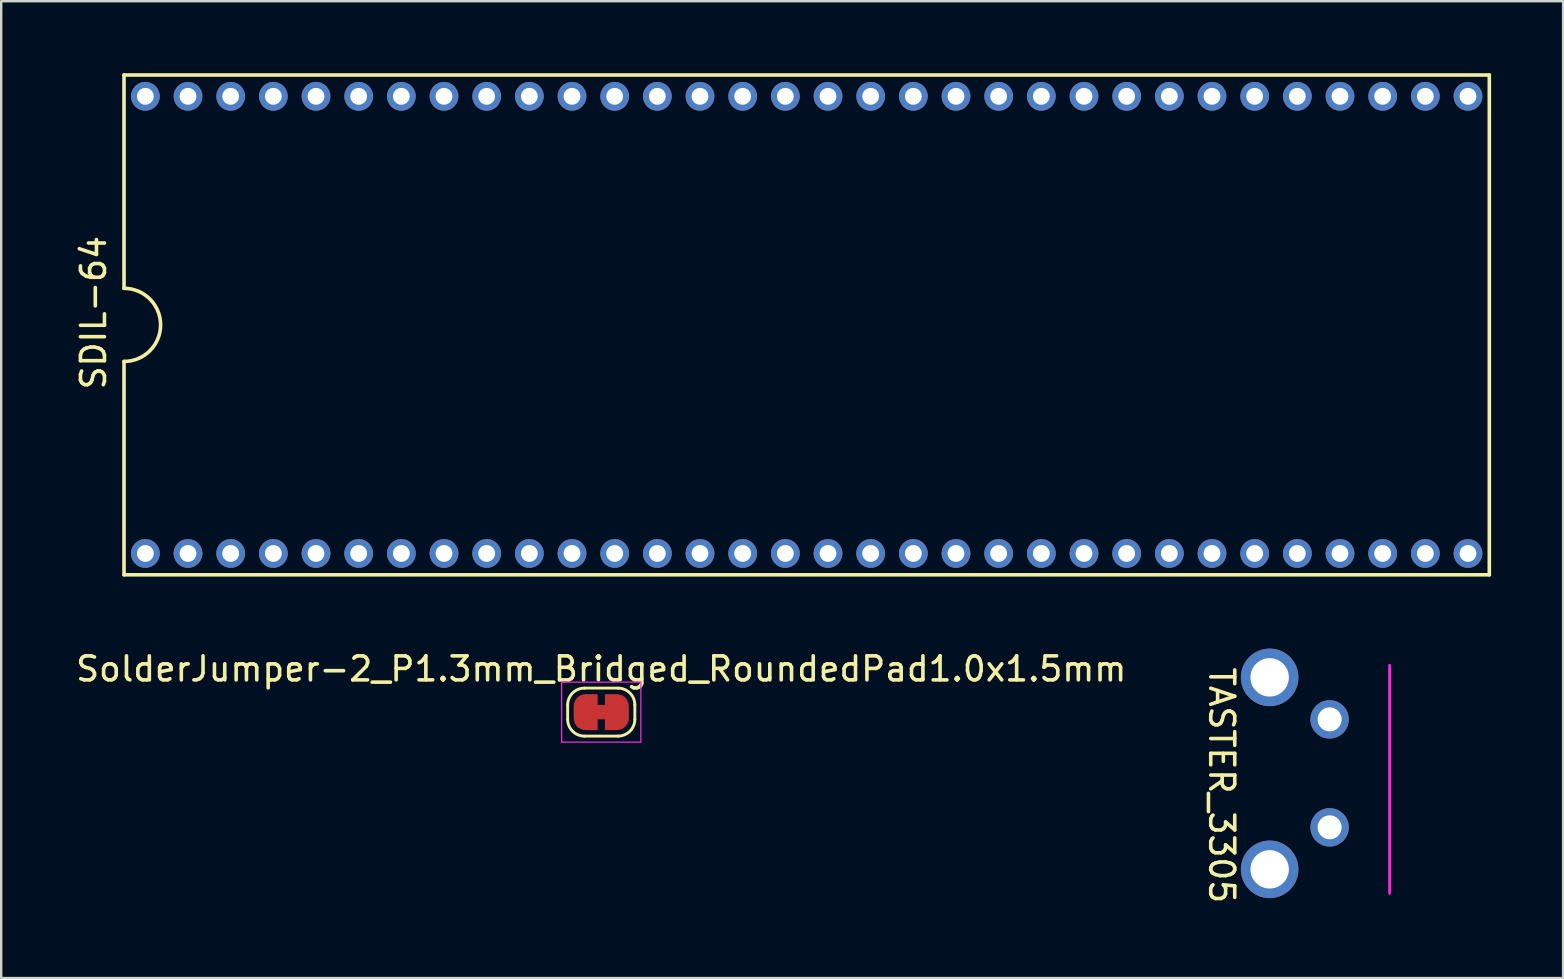
<source format=kicad_pcb>
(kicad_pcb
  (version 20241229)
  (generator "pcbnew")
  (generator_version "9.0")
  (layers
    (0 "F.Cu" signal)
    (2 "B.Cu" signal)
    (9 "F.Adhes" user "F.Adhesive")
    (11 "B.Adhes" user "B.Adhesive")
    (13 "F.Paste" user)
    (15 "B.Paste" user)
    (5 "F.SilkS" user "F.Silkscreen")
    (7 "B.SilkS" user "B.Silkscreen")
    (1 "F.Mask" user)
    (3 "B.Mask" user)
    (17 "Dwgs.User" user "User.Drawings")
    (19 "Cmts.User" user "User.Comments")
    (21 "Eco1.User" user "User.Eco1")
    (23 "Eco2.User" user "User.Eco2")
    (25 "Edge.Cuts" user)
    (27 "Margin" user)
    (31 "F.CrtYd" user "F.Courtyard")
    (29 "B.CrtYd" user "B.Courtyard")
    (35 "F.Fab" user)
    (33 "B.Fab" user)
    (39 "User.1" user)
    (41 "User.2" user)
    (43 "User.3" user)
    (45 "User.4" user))
  (footprint "SDIL-64"
    (layer "F.Cu")
    (at 30.566 10.489)
    (property "Reference" "SDIL-64" (at -29.718 -0.508 90) (layer "F.SilkS") (effects (font (size 1 1) (thickness 0.15))))
    (attr through_hole)
    (fp_line (start -28.448 -10.414) (end -28.448 -1.524) (stroke (width 0.15) (type solid)) (layer "F.SilkS"))
    (fp_line (start -28.448 1.524) (end -28.448 10.414) (stroke (width 0.15) (type solid)) (layer "F.SilkS"))
    (fp_line (start -28.448 10.414) (end 28.448 10.414) (stroke (width 0.15) (type solid)) (layer "F.SilkS"))
    (fp_line (start 28.448 -10.414) (end -28.448 -10.414) (stroke (width 0.15) (type solid)) (layer "F.SilkS"))
    (fp_line (start 28.448 10.414) (end 28.448 -10.414) (stroke (width 0.15) (type solid)) (layer "F.SilkS"))
    (fp_arc (start -28.448 -1.524) (mid -26.924 0) (end -28.448 1.524) (stroke (width 0.15) (type solid)) (layer "F.SilkS"))
    (pad "1" thru_hole circle (at -27.559 9.525) (size 1.2 1.2) (drill 0.7) (layers "*.Cu" "*.Mask"))
    (pad "2" thru_hole circle (at -25.781 9.525) (size 1.2 1.2) (drill 0.7) (layers "*.Cu" "*.Mask"))
    (pad "3" thru_hole circle (at -24.003 9.525) (size 1.2 1.2) (drill 0.7) (layers "*.Cu" "*.Mask"))
    (pad "4" thru_hole circle (at -22.225 9.525) (size 1.2 1.2) (drill 0.7) (layers "*.Cu" "*.Mask"))
    (pad "5" thru_hole circle (at -20.447 9.525) (size 1.2 1.2) (drill 0.7) (layers "*.Cu" "*.Mask"))
    (pad "6" thru_hole circle (at -18.669 9.525) (size 1.2 1.2) (drill 0.7) (layers "*.Cu" "*.Mask"))
    (pad "7" thru_hole circle (at -16.891 9.525) (size 1.2 1.2) (drill 0.7) (layers "*.Cu" "*.Mask"))
    (pad "8" thru_hole circle (at -15.113 9.525) (size 1.2 1.2) (drill 0.7) (layers "*.Cu" "*.Mask"))
    (pad "9" thru_hole circle (at -13.335 9.525) (size 1.2 1.2) (drill 0.7) (layers "*.Cu" "*.Mask"))
    (pad "10" thru_hole circle (at -11.557 9.525) (size 1.2 1.2) (drill 0.7) (layers "*.Cu" "*.Mask"))
    (pad "11" thru_hole circle (at -9.779 9.525) (size 1.2 1.2) (drill 0.7) (layers "*.Cu" "*.Mask"))
    (pad "12" thru_hole circle (at -8.001 9.525) (size 1.2 1.2) (drill 0.7) (layers "*.Cu" "*.Mask"))
    (pad "13" thru_hole circle (at -6.223 9.525) (size 1.2 1.2) (drill 0.7) (layers "*.Cu" "*.Mask"))
    (pad "14" thru_hole circle (at -4.445 9.525) (size 1.2 1.2) (drill 0.7) (layers "*.Cu" "*.Mask"))
    (pad "15" thru_hole circle (at -2.667 9.525) (size 1.2 1.2) (drill 0.7) (layers "*.Cu" "*.Mask"))
    (pad "16" thru_hole circle (at -0.889 9.525) (size 1.2 1.2) (drill 0.7) (layers "*.Cu" "*.Mask"))
    (pad "17" thru_hole circle (at 0.889 9.525) (size 1.2 1.2) (drill 0.7) (layers "*.Cu" "*.Mask"))
    (pad "18" thru_hole circle (at 2.667 9.525) (size 1.2 1.2) (drill 0.7) (layers "*.Cu" "*.Mask"))
    (pad "19" thru_hole circle (at 4.445 9.525) (size 1.2 1.2) (drill 0.7) (layers "*.Cu" "*.Mask"))
    (pad "20" thru_hole circle (at 6.223 9.525) (size 1.2 1.2) (drill 0.7) (layers "*.Cu" "*.Mask"))
    (pad "21" thru_hole circle (at 8.001 9.525) (size 1.2 1.2) (drill 0.7) (layers "*.Cu" "*.Mask"))
    (pad "22" thru_hole circle (at 9.779 9.525) (size 1.2 1.2) (drill 0.7) (layers "*.Cu" "*.Mask"))
    (pad "23" thru_hole circle (at 11.557 9.525) (size 1.2 1.2) (drill 0.7) (layers "*.Cu" "*.Mask"))
    (pad "24" thru_hole circle (at 13.335 9.525) (size 1.2 1.2) (drill 0.7) (layers "*.Cu" "*.Mask"))
    (pad "25" thru_hole circle (at 15.113 9.525) (size 1.2 1.2) (drill 0.7) (layers "*.Cu" "*.Mask"))
    (pad "26" thru_hole circle (at 16.891 9.525) (size 1.2 1.2) (drill 0.7) (layers "*.Cu" "*.Mask"))
    (pad "27" thru_hole circle (at 18.669 9.525) (size 1.2 1.2) (drill 0.7) (layers "*.Cu" "*.Mask"))
    (pad "28" thru_hole circle (at 20.447 9.525) (size 1.2 1.2) (drill 0.7) (layers "*.Cu" "*.Mask"))
    (pad "29" thru_hole circle (at 22.225 9.525) (size 1.2 1.2) (drill 0.7) (layers "*.Cu" "*.Mask"))
    (pad "30" thru_hole circle (at 24.003 9.525) (size 1.2 1.2) (drill 0.7) (layers "*.Cu" "*.Mask"))
    (pad "31" thru_hole circle (at 25.781 9.525) (size 1.2 1.2) (drill 0.7) (layers "*.Cu" "*.Mask"))
    (pad "32" thru_hole circle (at 27.559 9.525) (size 1.2 1.2) (drill 0.7) (layers "*.Cu" "*.Mask"))
    (pad "33" thru_hole circle (at 27.559 -9.525) (size 1.2 1.2) (drill 0.7) (layers "*.Cu" "*.Mask"))
    (pad "34" thru_hole circle (at 25.781 -9.525) (size 1.2 1.2) (drill 0.7) (layers "*.Cu" "*.Mask"))
    (pad "35" thru_hole circle (at 24.003 -9.525) (size 1.2 1.2) (drill 0.7) (layers "*.Cu" "*.Mask"))
    (pad "36" thru_hole circle (at 22.225 -9.525) (size 1.2 1.2) (drill 0.7) (layers "*.Cu" "*.Mask"))
    (pad "37" thru_hole circle (at 20.447 -9.525) (size 1.2 1.2) (drill 0.7) (layers "*.Cu" "*.Mask"))
    (pad "38" thru_hole circle (at 18.669 -9.525) (size 1.2 1.2) (drill 0.7) (layers "*.Cu" "*.Mask"))
    (pad "39" thru_hole circle (at 16.891 -9.525) (size 1.2 1.2) (drill 0.7) (layers "*.Cu" "*.Mask"))
    (pad "40" thru_hole circle (at 15.113 -9.525) (size 1.2 1.2) (drill 0.7) (layers "*.Cu" "*.Mask"))
    (pad "41" thru_hole circle (at 13.335 -9.525) (size 1.2 1.2) (drill 0.7) (layers "*.Cu" "*.Mask"))
    (pad "42" thru_hole circle (at 11.557 -9.525) (size 1.2 1.2) (drill 0.7) (layers "*.Cu" "*.Mask"))
    (pad "43" thru_hole circle (at 9.779 -9.525) (size 1.2 1.2) (drill 0.7) (layers "*.Cu" "*.Mask"))
    (pad "44" thru_hole circle (at 8.001 -9.525) (size 1.2 1.2) (drill 0.7) (layers "*.Cu" "*.Mask"))
    (pad "45" thru_hole circle (at 6.223 -9.525) (size 1.2 1.2) (drill 0.7) (layers "*.Cu" "*.Mask"))
    (pad "46" thru_hole circle (at 4.445 -9.525) (size 1.2 1.2) (drill 0.7) (layers "*.Cu" "*.Mask"))
    (pad "47" thru_hole circle (at 2.667 -9.525) (size 1.2 1.2) (drill 0.7) (layers "*.Cu" "*.Mask"))
    (pad "48" thru_hole circle (at 0.889 -9.525) (size 1.2 1.2) (drill 0.7) (layers "*.Cu" "*.Mask"))
    (pad "49" thru_hole circle (at -0.889 -9.525) (size 1.2 1.2) (drill 0.7) (layers "*.Cu" "*.Mask"))
    (pad "50" thru_hole circle (at -2.667 -9.525) (size 1.2 1.2) (drill 0.7) (layers "*.Cu" "*.Mask"))
    (pad "51" thru_hole circle (at -4.445 -9.525) (size 1.2 1.2) (drill 0.7) (layers "*.Cu" "*.Mask"))
    (pad "52" thru_hole circle (at -6.223 -9.525) (size 1.2 1.2) (drill 0.7) (layers "*.Cu" "*.Mask"))
    (pad "53" thru_hole circle (at -8.001 -9.525) (size 1.2 1.2) (drill 0.7) (layers "*.Cu" "*.Mask"))
    (pad "54" thru_hole circle (at -9.779 -9.525) (size 1.2 1.2) (drill 0.7) (layers "*.Cu" "*.Mask"))
    (pad "55" thru_hole circle (at -11.557 -9.525) (size 1.2 1.2) (drill 0.7) (layers "*.Cu" "*.Mask"))
    (pad "56" thru_hole circle (at -13.335 -9.525) (size 1.2 1.2) (drill 0.7) (layers "*.Cu" "*.Mask"))
    (pad "57" thru_hole circle (at -15.113 -9.525) (size 1.2 1.2) (drill 0.7) (layers "*.Cu" "*.Mask"))
    (pad "58" thru_hole circle (at -16.891 -9.525) (size 1.2 1.2) (drill 0.7) (layers "*.Cu" "*.Mask"))
    (pad "59" thru_hole circle (at -18.669 -9.525) (size 1.2 1.2) (drill 0.7) (layers "*.Cu" "*.Mask"))
    (pad "60" thru_hole circle (at -20.447 -9.525) (size 1.2 1.2) (drill 0.7) (layers "*.Cu" "*.Mask"))
    (pad "61" thru_hole circle (at -22.225 -9.525) (size 1.2 1.2) (drill 0.7) (layers "*.Cu" "*.Mask"))
    (pad "62" thru_hole circle (at -24.003 -9.525) (size 1.2 1.2) (drill 0.7) (layers "*.Cu" "*.Mask"))
    (pad "63" thru_hole circle (at -25.781 -9.525) (size 1.2 1.2) (drill 0.7) (layers "*.Cu" "*.Mask"))
    (pad "64" thru_hole circle (at -27.559 -9.525) (size 1.2 1.2) (drill 0.7) (layers "*.Cu" "*.Mask")))
  (footprint "TASTER_3305"
    (layer "F.Cu")
    (at 49.86 29.178)
    (property "Reference" "TASTER_3305" (at -2 0.5 270) (unlocked yes) (layer "F.SilkS") (effects (font (size 1 1) (thickness 0.15))))
    (attr through_hole)
    (fp_line (start 5 5) (end 5 -4.5) (stroke (width 0.12) (type solid)) (layer "F.CrtYd"))
    (pad "" thru_hole circle (at 0 -4) (size 2.4 2.4) (drill 1.6) (layers "*.Cu" "*.Mask"))
    (pad "" thru_hole circle (at 0 4) (size 2.4 2.4) (drill 1.6) (layers "*.Cu" "*.Mask"))
    (pad "1" thru_hole circle (at 2.499 -2.25) (size 1.6 1.6) (drill 1) (layers "*.Cu" "*.Mask"))
    (pad "2" thru_hole circle (at 2.499 2.25) (size 1.6 1.6) (drill 1) (layers "*.Cu" "*.Mask")))
  (footprint "SolderJumper-2_P1.3mm_Bridged_RoundedPad1.0x1.5mm"
    (layer "F.Cu")
    (at 22.006 26.626)
    (property "Reference" "SolderJumper-2_P1.3mm_Bridged_RoundedPad1.0x1.5mm" (at 0 -1.8 0) (layer "F.SilkS") (effects (font (size 1 1) (thickness 0.15))))
    (attr exclude_from_pos_files exclude_from_bom)
    (fp_poly (pts (xy 0.25 -0.3) (xy -0.25 -0.3) (xy -0.25 0.3) (xy 0.25 0.3)) (stroke (width 0) (type solid)) (fill yes) (layer "F.Cu"))
    (fp_line (start -1.4 0.3) (end -1.4 -0.3) (stroke (width 0.12) (type solid)) (layer "F.SilkS"))
    (fp_line (start -0.7 -1) (end 0.7 -1) (stroke (width 0.12) (type solid)) (layer "F.SilkS"))
    (fp_line (start 0.7 1) (end -0.7 1) (stroke (width 0.12) (type solid)) (layer "F.SilkS"))
    (fp_line (start 1.4 -0.3) (end 1.4 0.3) (stroke (width 0.12) (type solid)) (layer "F.SilkS"))
    (fp_arc (start -1.4 -0.3) (mid -1.194975 -0.794975) (end -0.7 -1) (stroke (width 0.12) (type solid)) (layer "F.SilkS"))
    (fp_arc (start -0.7 1) (mid -1.194975 0.794975) (end -1.4 0.3) (stroke (width 0.12) (type solid)) (layer "F.SilkS"))
    (fp_arc (start 0.7 -1) (mid 1.194975 -0.794975) (end 1.4 -0.3) (stroke (width 0.12) (type solid)) (layer "F.SilkS"))
    (fp_arc (start 1.4 0.3) (mid 1.194975 0.794975) (end 0.7 1) (stroke (width 0.12) (type solid)) (layer "F.SilkS"))
    (fp_line (start -1.65 -1.25) (end -1.65 1.25) (stroke (width 0.05) (type solid)) (layer "F.CrtYd"))
    (fp_line (start -1.65 -1.25) (end 1.65 -1.25) (stroke (width 0.05) (type solid)) (layer "F.CrtYd"))
    (fp_line (start 1.65 1.25) (end -1.65 1.25) (stroke (width 0.05) (type solid)) (layer "F.CrtYd"))
    (fp_line (start 1.65 1.25) (end 1.65 -1.25) (stroke (width 0.05) (type solid)) (layer "F.CrtYd"))
    (pad "1" smd custom (at -0.65 0) (size 1 0.5) (layers "F.Cu" "F.Mask") (options (anchor rect)) (primitives (gr_circle (center 0 0.25) (end 0.5 0.25) (width 0) (fill yes)) (gr_circle (center 0 -0.25) (end 0.5 -0.25) (width 0) (fill yes)) (gr_poly (pts (xy 0 -0.75) (xy 0.5 -0.75) (xy 0.5 0.75) (xy 0 0.75)) (width 0) (fill yes))))
    (pad "2" smd custom (at 0.65 0) (size 1 0.5) (layers "F.Cu" "F.Mask") (options (anchor rect)) (primitives (gr_circle (center 0 0.25) (end 0.5 0.25) (width 0) (fill yes)) (gr_circle (center 0 -0.25) (end 0.5 -0.25) (width 0) (fill yes)) (gr_poly (pts (xy 0 -0.75) (xy -0.5 -0.75) (xy -0.5 0.75) (xy 0 0.75)) (width 0) (fill yes)))))
  (gr_rect
    (start -3 -3)
    (end 62.089 37.708)
    (stroke (width 0.1) (type default))
    (fill no)
    (layer "Edge.Cuts")))
</source>
